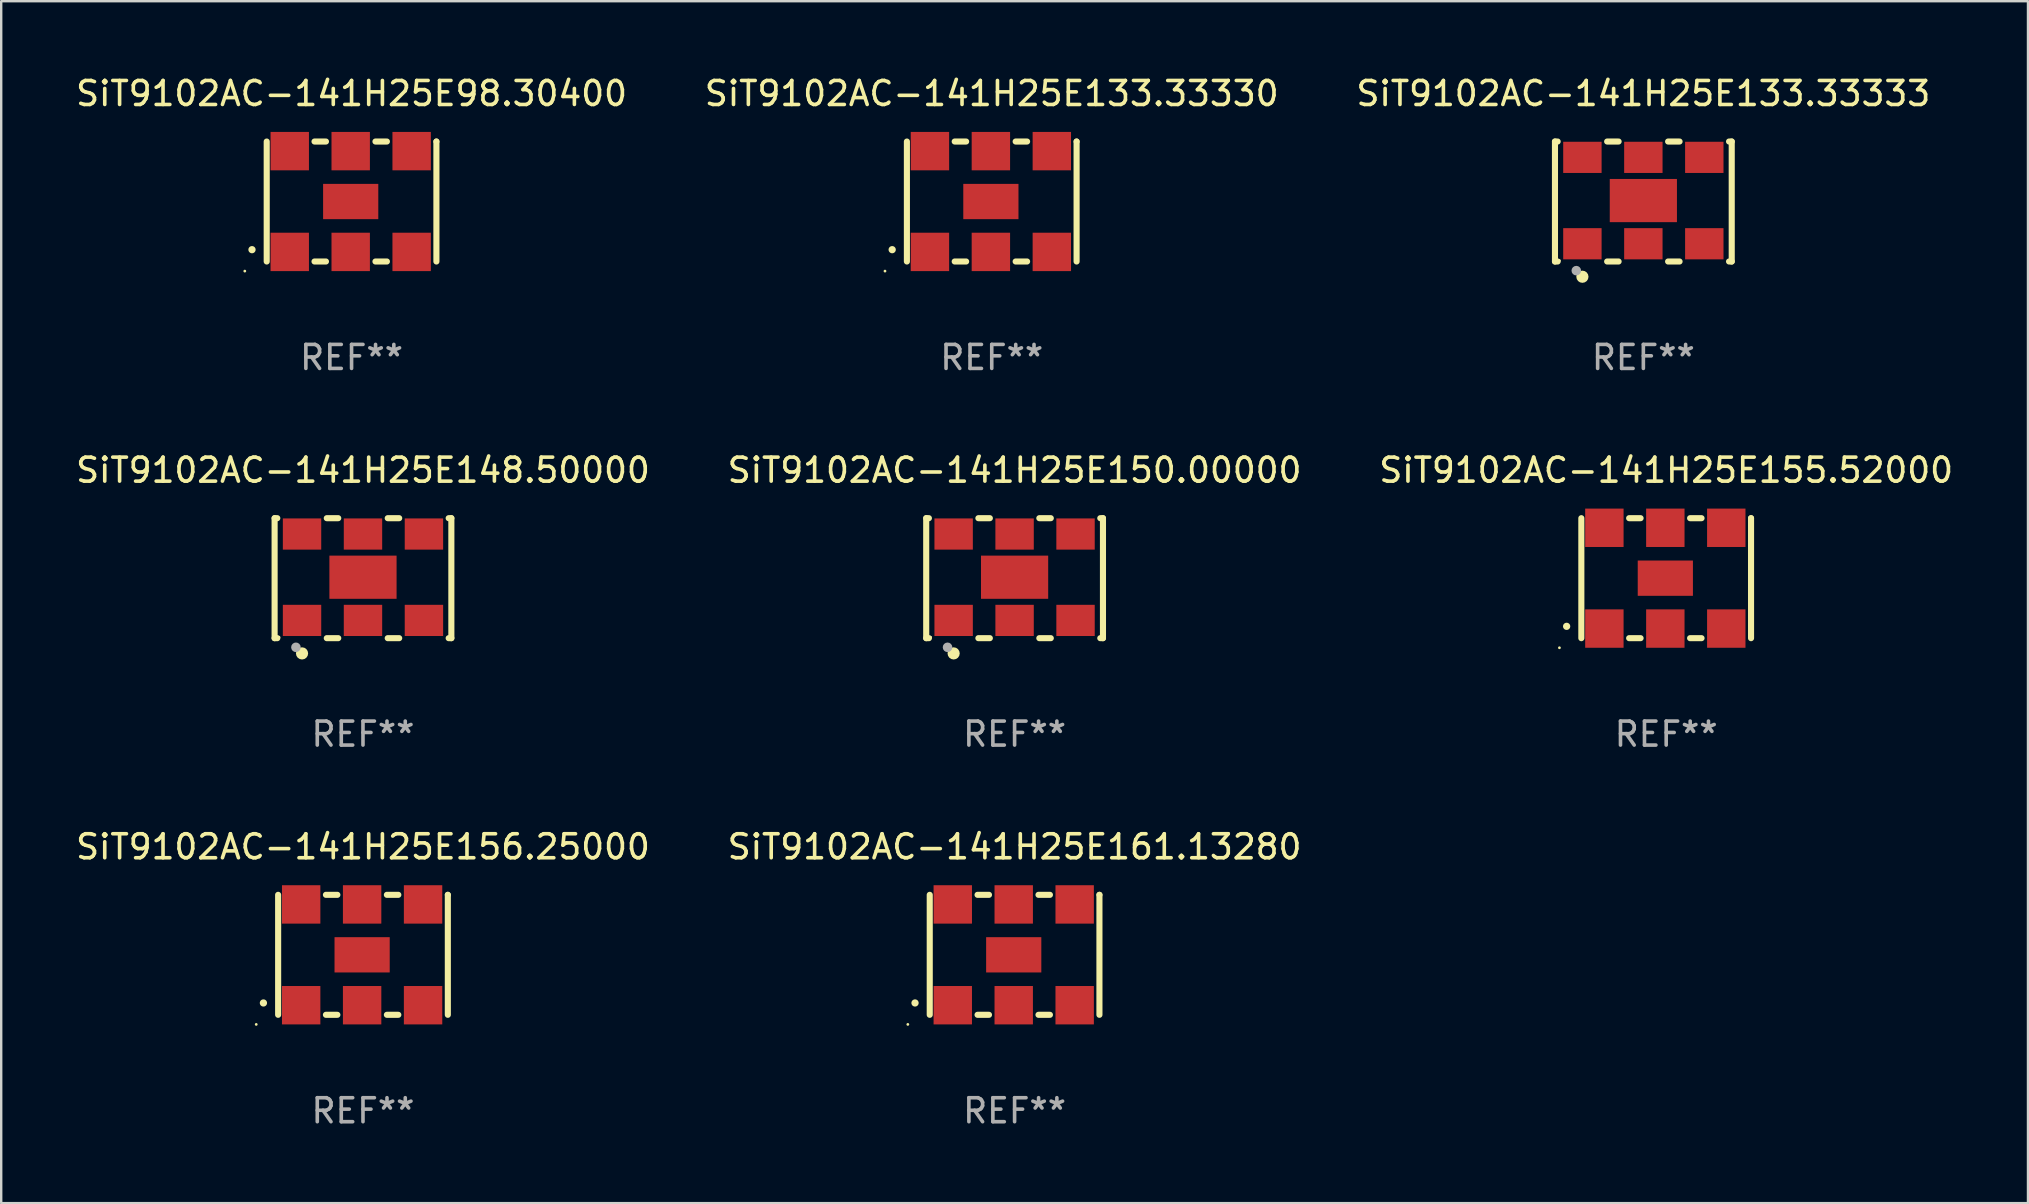
<source format=kicad_pcb>
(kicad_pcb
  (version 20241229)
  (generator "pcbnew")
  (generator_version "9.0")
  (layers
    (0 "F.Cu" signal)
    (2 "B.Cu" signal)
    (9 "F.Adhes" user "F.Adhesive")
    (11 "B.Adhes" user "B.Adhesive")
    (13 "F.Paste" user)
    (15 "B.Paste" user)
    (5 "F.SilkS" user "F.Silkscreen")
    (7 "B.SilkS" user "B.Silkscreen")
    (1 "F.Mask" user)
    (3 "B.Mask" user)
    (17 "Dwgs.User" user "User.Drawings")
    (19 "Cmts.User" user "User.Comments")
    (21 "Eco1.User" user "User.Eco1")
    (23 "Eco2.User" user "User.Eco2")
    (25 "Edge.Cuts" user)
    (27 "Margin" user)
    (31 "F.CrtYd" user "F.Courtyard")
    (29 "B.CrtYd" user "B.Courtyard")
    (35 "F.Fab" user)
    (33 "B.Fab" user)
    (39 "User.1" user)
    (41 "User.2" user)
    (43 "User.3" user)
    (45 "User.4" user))
  (footprint "SiT9102AC-141H25E148.50000"
    (layer "F.Cu")
    (at 12.077 21.045)
    (property "Reference" "SiT9102AC-141H25E148.50000" (at 0 -4.5 0) (layer "F.SilkS") (effects (font (size 1 1) (thickness 0.15))))
    (attr through_hole)
    (fp_line (start -3.683 -2.5) (end -3.571 -2.5) (stroke (width 0.254) (type solid)) (layer "F.SilkS"))
    (fp_line (start -3.683 2.5) (end -3.683 -2.5) (stroke (width 0.254) (type solid)) (layer "F.SilkS"))
    (fp_line (start -3.683 2.5) (end -3.571 2.5) (stroke (width 0.254) (type solid)) (layer "F.SilkS"))
    (fp_line (start -1.509 -2.5) (end -1.031 -2.5) (stroke (width 0.254) (type solid)) (layer "F.SilkS"))
    (fp_line (start -1.509 2.5) (end -1.031 2.5) (stroke (width 0.254) (type solid)) (layer "F.SilkS"))
    (fp_line (start 1.031 -2.5) (end 1.509 -2.5) (stroke (width 0.254) (type solid)) (layer "F.SilkS"))
    (fp_line (start 1.031 2.5) (end 1.509 2.5) (stroke (width 0.254) (type solid)) (layer "F.SilkS"))
    (fp_line (start 3.571 -2.5) (end 3.683 -2.5) (stroke (width 0.254) (type solid)) (layer "F.SilkS"))
    (fp_line (start 3.571 2.5) (end 3.683 2.5) (stroke (width 0.254) (type solid)) (layer "F.SilkS"))
    (fp_line (start 3.683 2.5) (end 3.683 -2.5) (stroke (width 0.254) (type solid)) (layer "F.SilkS"))
    (fp_circle (center -3.5 2.46) (end -3.47 2.46) (stroke (width 0.06) (type solid)) (fill no) (layer "F.SilkS"))
    (fp_circle (center -2.54 3.135) (end -2.413 3.135) (stroke (width 0.254) (type solid)) (fill no) (layer "F.SilkS"))
    (fp_circle (center -2.794 2.881) (end -2.694 2.881) (stroke (width 0.2) (type solid)) (fill no) (layer "F.Fab"))
    (fp_text user "REF**" (at 0 6.5 0) (layer "F.Fab") (effects (font (size 1 1) (thickness 0.15))))
    (pad "1" smd rect (at -2.54 1.76) (size 1.6 1.3) (layers "F.Cu" "F.Mask" "F.Paste"))
    (pad "2" smd rect (at 0 1.76) (size 1.6 1.3) (layers "F.Cu" "F.Mask" "F.Paste"))
    (pad "3" smd rect (at 2.54 1.76) (size 1.6 1.3) (layers "F.Cu" "F.Mask" "F.Paste"))
    (pad "4" smd rect (at 2.54 -1.84) (size 1.6 1.3) (layers "F.Cu" "F.Mask" "F.Paste"))
    (pad "5" smd rect (at 0 -1.84) (size 1.6 1.3) (layers "F.Cu" "F.Mask" "F.Paste"))
    (pad "6" smd rect (at -2.54 -1.84) (size 1.6 1.3) (layers "F.Cu" "F.Mask" "F.Paste"))
    (pad "7" smd rect (at 0 -0.04) (size 2.8 1.8) (layers "F.Cu" "F.Mask" "F.Paste")))
  (footprint "SiT9102AC-141H25E155.52000"
    (layer "F.Cu")
    (at 66.387 21.045)
    (property "Reference" "SiT9102AC-141H25E155.52000" (at 0 -4.5 0) (layer "F.SilkS") (effects (font (size 1 1) (thickness 0.15))))
    (attr through_hole)
    (fp_line (start -3.536 -2.5) (end -3.536 2.5) (stroke (width 0.254) (type solid)) (layer "F.SilkS"))
    (fp_line (start -1.544 2.5) (end -1.067 2.5) (stroke (width 0.254) (type solid)) (layer "F.SilkS"))
    (fp_line (start -1.067 -2.5) (end -1.544 -2.5) (stroke (width 0.254) (type solid)) (layer "F.SilkS"))
    (fp_line (start 0.996 2.5) (end 1.473 2.5) (stroke (width 0.254) (type solid)) (layer "F.SilkS"))
    (fp_line (start 1.473 -2.5) (end 0.996 -2.5) (stroke (width 0.254) (type solid)) (layer "F.SilkS"))
    (fp_line (start 3.536 -2.5) (end 3.536 -2.5) (stroke (width 0.254) (type solid)) (layer "F.SilkS"))
    (fp_line (start 3.536 2.5) (end 3.536 -2.5) (stroke (width 0.254) (type solid)) (layer "F.SilkS"))
    (fp_arc (start -4.150432 2.006604) (mid -4.149162 2.006599) (end -4.147892 2.006604) (stroke (width 0.3) (type solid)) (layer "F.SilkS"))
    (fp_circle (center -4.449 2.9) (end -4.419 2.9) (stroke (width 0.06) (type solid)) (fill no) (layer "F.SilkS"))
    (fp_text user "REF**" (at 0 6.5 0) (layer "F.Fab") (effects (font (size 1 1) (thickness 0.15))))
    (pad "1" smd rect (at -2.576 2.1) (size 1.6 1.6) (layers "F.Cu" "F.Mask" "F.Paste"))
    (pad "2" smd rect (at -0.036 2.1) (size 1.6 1.6) (layers "F.Cu" "F.Mask" "F.Paste"))
    (pad "3" smd rect (at 2.504 2.1) (size 1.6 1.6) (layers "F.Cu" "F.Mask" "F.Paste"))
    (pad "4" smd rect (at 2.504 -2.1) (size 1.6 1.6) (layers "F.Cu" "F.Mask" "F.Paste"))
    (pad "5" smd rect (at -0.036 -2.1) (size 1.6 1.6) (layers "F.Cu" "F.Mask" "F.Paste"))
    (pad "6" smd rect (at -2.576 -2.1) (size 1.6 1.6) (layers "F.Cu" "F.Mask" "F.Paste"))
    (pad "7" smd rect (at -0.036 0) (size 2.3 1.47) (layers "F.Cu" "F.Mask" "F.Paste")))
  (footprint "SiT9102AC-141H25E161.13280"
    (layer "F.Cu")
    (at 39.232 36.741)
    (property "Reference" "SiT9102AC-141H25E161.13280" (at 0 -4.5 0) (layer "F.SilkS") (effects (font (size 1 1) (thickness 0.15))))
    (attr through_hole)
    (fp_line (start -3.536 -2.5) (end -3.536 2.5) (stroke (width 0.254) (type solid)) (layer "F.SilkS"))
    (fp_line (start -1.544 2.5) (end -1.067 2.5) (stroke (width 0.254) (type solid)) (layer "F.SilkS"))
    (fp_line (start -1.067 -2.5) (end -1.544 -2.5) (stroke (width 0.254) (type solid)) (layer "F.SilkS"))
    (fp_line (start 0.996 2.5) (end 1.473 2.5) (stroke (width 0.254) (type solid)) (layer "F.SilkS"))
    (fp_line (start 1.473 -2.5) (end 0.996 -2.5) (stroke (width 0.254) (type solid)) (layer "F.SilkS"))
    (fp_line (start 3.536 -2.5) (end 3.536 -2.5) (stroke (width 0.254) (type solid)) (layer "F.SilkS"))
    (fp_line (start 3.536 2.5) (end 3.536 -2.5) (stroke (width 0.254) (type solid)) (layer "F.SilkS"))
    (fp_arc (start -4.150432 2.006604) (mid -4.149162 2.006599) (end -4.147892 2.006604) (stroke (width 0.3) (type solid)) (layer "F.SilkS"))
    (fp_circle (center -4.449 2.9) (end -4.419 2.9) (stroke (width 0.06) (type solid)) (fill no) (layer "F.SilkS"))
    (fp_text user "REF**" (at 0 6.5 0) (layer "F.Fab") (effects (font (size 1 1) (thickness 0.15))))
    (pad "1" smd rect (at -2.576 2.1) (size 1.6 1.6) (layers "F.Cu" "F.Mask" "F.Paste"))
    (pad "2" smd rect (at -0.036 2.1) (size 1.6 1.6) (layers "F.Cu" "F.Mask" "F.Paste"))
    (pad "3" smd rect (at 2.504 2.1) (size 1.6 1.6) (layers "F.Cu" "F.Mask" "F.Paste"))
    (pad "4" smd rect (at 2.504 -2.1) (size 1.6 1.6) (layers "F.Cu" "F.Mask" "F.Paste"))
    (pad "5" smd rect (at -0.036 -2.1) (size 1.6 1.6) (layers "F.Cu" "F.Mask" "F.Paste"))
    (pad "6" smd rect (at -2.576 -2.1) (size 1.6 1.6) (layers "F.Cu" "F.Mask" "F.Paste"))
    (pad "7" smd rect (at -0.036 0) (size 2.3 1.47) (layers "F.Cu" "F.Mask" "F.Paste")))
  (footprint "SiT9102AC-141H25E156.25000"
    (layer "F.Cu")
    (at 12.077 36.741)
    (property "Reference" "SiT9102AC-141H25E156.25000" (at 0 -4.5 0) (layer "F.SilkS") (effects (font (size 1 1) (thickness 0.15))))
    (attr through_hole)
    (fp_line (start -3.536 -2.5) (end -3.536 2.5) (stroke (width 0.254) (type solid)) (layer "F.SilkS"))
    (fp_line (start -1.544 2.5) (end -1.067 2.5) (stroke (width 0.254) (type solid)) (layer "F.SilkS"))
    (fp_line (start -1.067 -2.5) (end -1.544 -2.5) (stroke (width 0.254) (type solid)) (layer "F.SilkS"))
    (fp_line (start 0.996 2.5) (end 1.473 2.5) (stroke (width 0.254) (type solid)) (layer "F.SilkS"))
    (fp_line (start 1.473 -2.5) (end 0.996 -2.5) (stroke (width 0.254) (type solid)) (layer "F.SilkS"))
    (fp_line (start 3.536 -2.5) (end 3.536 -2.5) (stroke (width 0.254) (type solid)) (layer "F.SilkS"))
    (fp_line (start 3.536 2.5) (end 3.536 -2.5) (stroke (width 0.254) (type solid)) (layer "F.SilkS"))
    (fp_arc (start -4.150432 2.006604) (mid -4.149162 2.006599) (end -4.147892 2.006604) (stroke (width 0.3) (type solid)) (layer "F.SilkS"))
    (fp_circle (center -4.449 2.9) (end -4.419 2.9) (stroke (width 0.06) (type solid)) (fill no) (layer "F.SilkS"))
    (fp_text user "REF**" (at 0 6.5 0) (layer "F.Fab") (effects (font (size 1 1) (thickness 0.15))))
    (pad "1" smd rect (at -2.576 2.1) (size 1.6 1.6) (layers "F.Cu" "F.Mask" "F.Paste"))
    (pad "2" smd rect (at -0.036 2.1) (size 1.6 1.6) (layers "F.Cu" "F.Mask" "F.Paste"))
    (pad "3" smd rect (at 2.504 2.1) (size 1.6 1.6) (layers "F.Cu" "F.Mask" "F.Paste"))
    (pad "4" smd rect (at 2.504 -2.1) (size 1.6 1.6) (layers "F.Cu" "F.Mask" "F.Paste"))
    (pad "5" smd rect (at -0.036 -2.1) (size 1.6 1.6) (layers "F.Cu" "F.Mask" "F.Paste"))
    (pad "6" smd rect (at -2.576 -2.1) (size 1.6 1.6) (layers "F.Cu" "F.Mask" "F.Paste"))
    (pad "7" smd rect (at -0.036 0) (size 2.3 1.47) (layers "F.Cu" "F.Mask" "F.Paste")))
  (footprint "SiT9102AC-141H25E150.00000"
    (layer "F.Cu")
    (at 39.232 21.045)
    (property "Reference" "SiT9102AC-141H25E150.00000" (at 0 -4.5 0) (layer "F.SilkS") (effects (font (size 1 1) (thickness 0.15))))
    (attr through_hole)
    (fp_line (start -3.683 -2.5) (end -3.571 -2.5) (stroke (width 0.254) (type solid)) (layer "F.SilkS"))
    (fp_line (start -3.683 2.5) (end -3.683 -2.5) (stroke (width 0.254) (type solid)) (layer "F.SilkS"))
    (fp_line (start -3.683 2.5) (end -3.571 2.5) (stroke (width 0.254) (type solid)) (layer "F.SilkS"))
    (fp_line (start -1.509 -2.5) (end -1.031 -2.5) (stroke (width 0.254) (type solid)) (layer "F.SilkS"))
    (fp_line (start -1.509 2.5) (end -1.031 2.5) (stroke (width 0.254) (type solid)) (layer "F.SilkS"))
    (fp_line (start 1.031 -2.5) (end 1.509 -2.5) (stroke (width 0.254) (type solid)) (layer "F.SilkS"))
    (fp_line (start 1.031 2.5) (end 1.509 2.5) (stroke (width 0.254) (type solid)) (layer "F.SilkS"))
    (fp_line (start 3.571 -2.5) (end 3.683 -2.5) (stroke (width 0.254) (type solid)) (layer "F.SilkS"))
    (fp_line (start 3.571 2.5) (end 3.683 2.5) (stroke (width 0.254) (type solid)) (layer "F.SilkS"))
    (fp_line (start 3.683 2.5) (end 3.683 -2.5) (stroke (width 0.254) (type solid)) (layer "F.SilkS"))
    (fp_circle (center -3.5 2.46) (end -3.47 2.46) (stroke (width 0.06) (type solid)) (fill no) (layer "F.SilkS"))
    (fp_circle (center -2.54 3.135) (end -2.413 3.135) (stroke (width 0.254) (type solid)) (fill no) (layer "F.SilkS"))
    (fp_circle (center -2.794 2.881) (end -2.694 2.881) (stroke (width 0.2) (type solid)) (fill no) (layer "F.Fab"))
    (fp_text user "REF**" (at 0 6.5 0) (layer "F.Fab") (effects (font (size 1 1) (thickness 0.15))))
    (pad "1" smd rect (at -2.54 1.76) (size 1.6 1.3) (layers "F.Cu" "F.Mask" "F.Paste"))
    (pad "2" smd rect (at 0 1.76) (size 1.6 1.3) (layers "F.Cu" "F.Mask" "F.Paste"))
    (pad "3" smd rect (at 2.54 1.76) (size 1.6 1.3) (layers "F.Cu" "F.Mask" "F.Paste"))
    (pad "4" smd rect (at 2.54 -1.84) (size 1.6 1.3) (layers "F.Cu" "F.Mask" "F.Paste"))
    (pad "5" smd rect (at 0 -1.84) (size 1.6 1.3) (layers "F.Cu" "F.Mask" "F.Paste"))
    (pad "6" smd rect (at -2.54 -1.84) (size 1.6 1.3) (layers "F.Cu" "F.Mask" "F.Paste"))
    (pad "7" smd rect (at 0 -0.04) (size 2.8 1.8) (layers "F.Cu" "F.Mask" "F.Paste")))
  (footprint "SiT9102AC-141H25E133.33330"
    (layer "F.Cu")
    (at 38.28 5.348)
    (property "Reference" "SiT9102AC-141H25E133.33330" (at 0 -4.5 0) (layer "F.SilkS") (effects (font (size 1 1) (thickness 0.15))))
    (attr through_hole)
    (fp_line (start -3.536 -2.5) (end -3.536 2.5) (stroke (width 0.254) (type solid)) (layer "F.SilkS"))
    (fp_line (start -1.544 2.5) (end -1.067 2.5) (stroke (width 0.254) (type solid)) (layer "F.SilkS"))
    (fp_line (start -1.067 -2.5) (end -1.544 -2.5) (stroke (width 0.254) (type solid)) (layer "F.SilkS"))
    (fp_line (start 0.996 2.5) (end 1.473 2.5) (stroke (width 0.254) (type solid)) (layer "F.SilkS"))
    (fp_line (start 1.473 -2.5) (end 0.996 -2.5) (stroke (width 0.254) (type solid)) (layer "F.SilkS"))
    (fp_line (start 3.536 -2.5) (end 3.536 -2.5) (stroke (width 0.254) (type solid)) (layer "F.SilkS"))
    (fp_line (start 3.536 2.5) (end 3.536 -2.5) (stroke (width 0.254) (type solid)) (layer "F.SilkS"))
    (fp_arc (start -4.150432 2.006604) (mid -4.149162 2.006599) (end -4.147892 2.006604) (stroke (width 0.3) (type solid)) (layer "F.SilkS"))
    (fp_circle (center -4.449 2.9) (end -4.419 2.9) (stroke (width 0.06) (type solid)) (fill no) (layer "F.SilkS"))
    (fp_text user "REF**" (at 0 6.5 0) (layer "F.Fab") (effects (font (size 1 1) (thickness 0.15))))
    (pad "1" smd rect (at -2.576 2.1) (size 1.6 1.6) (layers "F.Cu" "F.Mask" "F.Paste"))
    (pad "2" smd rect (at -0.036 2.1) (size 1.6 1.6) (layers "F.Cu" "F.Mask" "F.Paste"))
    (pad "3" smd rect (at 2.504 2.1) (size 1.6 1.6) (layers "F.Cu" "F.Mask" "F.Paste"))
    (pad "4" smd rect (at 2.504 -2.1) (size 1.6 1.6) (layers "F.Cu" "F.Mask" "F.Paste"))
    (pad "5" smd rect (at -0.036 -2.1) (size 1.6 1.6) (layers "F.Cu" "F.Mask" "F.Paste"))
    (pad "6" smd rect (at -2.576 -2.1) (size 1.6 1.6) (layers "F.Cu" "F.Mask" "F.Paste"))
    (pad "7" smd rect (at -0.036 0) (size 2.3 1.47) (layers "F.Cu" "F.Mask" "F.Paste")))
  (footprint "SiT9102AC-141H25E98.30400"
    (layer "F.Cu")
    (at 11.601 5.348)
    (property "Reference" "SiT9102AC-141H25E98.30400" (at 0 -4.5 0) (layer "F.SilkS") (effects (font (size 1 1) (thickness 0.15))))
    (attr through_hole)
    (fp_line (start -3.536 -2.5) (end -3.536 2.5) (stroke (width 0.254) (type solid)) (layer "F.SilkS"))
    (fp_line (start -1.544 2.5) (end -1.067 2.5) (stroke (width 0.254) (type solid)) (layer "F.SilkS"))
    (fp_line (start -1.067 -2.5) (end -1.544 -2.5) (stroke (width 0.254) (type solid)) (layer "F.SilkS"))
    (fp_line (start 0.996 2.5) (end 1.473 2.5) (stroke (width 0.254) (type solid)) (layer "F.SilkS"))
    (fp_line (start 1.473 -2.5) (end 0.996 -2.5) (stroke (width 0.254) (type solid)) (layer "F.SilkS"))
    (fp_line (start 3.536 -2.5) (end 3.536 -2.5) (stroke (width 0.254) (type solid)) (layer "F.SilkS"))
    (fp_line (start 3.536 2.5) (end 3.536 -2.5) (stroke (width 0.254) (type solid)) (layer "F.SilkS"))
    (fp_arc (start -4.150432 2.006604) (mid -4.149162 2.006599) (end -4.147892 2.006604) (stroke (width 0.3) (type solid)) (layer "F.SilkS"))
    (fp_circle (center -4.449 2.9) (end -4.419 2.9) (stroke (width 0.06) (type solid)) (fill no) (layer "F.SilkS"))
    (fp_text user "REF**" (at 0 6.5 0) (layer "F.Fab") (effects (font (size 1 1) (thickness 0.15))))
    (pad "1" smd rect (at -2.576 2.1) (size 1.6 1.6) (layers "F.Cu" "F.Mask" "F.Paste"))
    (pad "2" smd rect (at -0.036 2.1) (size 1.6 1.6) (layers "F.Cu" "F.Mask" "F.Paste"))
    (pad "3" smd rect (at 2.504 2.1) (size 1.6 1.6) (layers "F.Cu" "F.Mask" "F.Paste"))
    (pad "4" smd rect (at 2.504 -2.1) (size 1.6 1.6) (layers "F.Cu" "F.Mask" "F.Paste"))
    (pad "5" smd rect (at -0.036 -2.1) (size 1.6 1.6) (layers "F.Cu" "F.Mask" "F.Paste"))
    (pad "6" smd rect (at -2.576 -2.1) (size 1.6 1.6) (layers "F.Cu" "F.Mask" "F.Paste"))
    (pad "7" smd rect (at -0.036 0) (size 2.3 1.47) (layers "F.Cu" "F.Mask" "F.Paste")))
  (footprint "SiT9102AC-141H25E133.33333"
    (layer "F.Cu")
    (at 65.435 5.348)
    (property "Reference" "SiT9102AC-141H25E133.33333" (at 0 -4.5 0) (layer "F.SilkS") (effects (font (size 1 1) (thickness 0.15))))
    (attr through_hole)
    (fp_line (start -3.683 -2.5) (end -3.571 -2.5) (stroke (width 0.254) (type solid)) (layer "F.SilkS"))
    (fp_line (start -3.683 2.5) (end -3.683 -2.5) (stroke (width 0.254) (type solid)) (layer "F.SilkS"))
    (fp_line (start -3.683 2.5) (end -3.571 2.5) (stroke (width 0.254) (type solid)) (layer "F.SilkS"))
    (fp_line (start -1.509 -2.5) (end -1.031 -2.5) (stroke (width 0.254) (type solid)) (layer "F.SilkS"))
    (fp_line (start -1.509 2.5) (end -1.031 2.5) (stroke (width 0.254) (type solid)) (layer "F.SilkS"))
    (fp_line (start 1.031 -2.5) (end 1.509 -2.5) (stroke (width 0.254) (type solid)) (layer "F.SilkS"))
    (fp_line (start 1.031 2.5) (end 1.509 2.5) (stroke (width 0.254) (type solid)) (layer "F.SilkS"))
    (fp_line (start 3.571 -2.5) (end 3.683 -2.5) (stroke (width 0.254) (type solid)) (layer "F.SilkS"))
    (fp_line (start 3.571 2.5) (end 3.683 2.5) (stroke (width 0.254) (type solid)) (layer "F.SilkS"))
    (fp_line (start 3.683 2.5) (end 3.683 -2.5) (stroke (width 0.254) (type solid)) (layer "F.SilkS"))
    (fp_circle (center -3.5 2.46) (end -3.47 2.46) (stroke (width 0.06) (type solid)) (fill no) (layer "F.SilkS"))
    (fp_circle (center -2.54 3.135) (end -2.413 3.135) (stroke (width 0.254) (type solid)) (fill no) (layer "F.SilkS"))
    (fp_circle (center -2.794 2.881) (end -2.694 2.881) (stroke (width 0.2) (type solid)) (fill no) (layer "F.Fab"))
    (fp_text user "REF**" (at 0 6.5 0) (layer "F.Fab") (effects (font (size 1 1) (thickness 0.15))))
    (pad "1" smd rect (at -2.54 1.76) (size 1.6 1.3) (layers "F.Cu" "F.Mask" "F.Paste"))
    (pad "2" smd rect (at 0 1.76) (size 1.6 1.3) (layers "F.Cu" "F.Mask" "F.Paste"))
    (pad "3" smd rect (at 2.54 1.76) (size 1.6 1.3) (layers "F.Cu" "F.Mask" "F.Paste"))
    (pad "4" smd rect (at 2.54 -1.84) (size 1.6 1.3) (layers "F.Cu" "F.Mask" "F.Paste"))
    (pad "5" smd rect (at 0 -1.84) (size 1.6 1.3) (layers "F.Cu" "F.Mask" "F.Paste"))
    (pad "6" smd rect (at -2.54 -1.84) (size 1.6 1.3) (layers "F.Cu" "F.Mask" "F.Paste"))
    (pad "7" smd rect (at 0 -0.04) (size 2.8 1.8) (layers "F.Cu" "F.Mask" "F.Paste")))
  (gr_rect
    (start -3 -3)
    (end 81.464 47.09)
    (stroke (width 0.1) (type default))
    (fill no)
    (layer "Edge.Cuts")))
</source>
